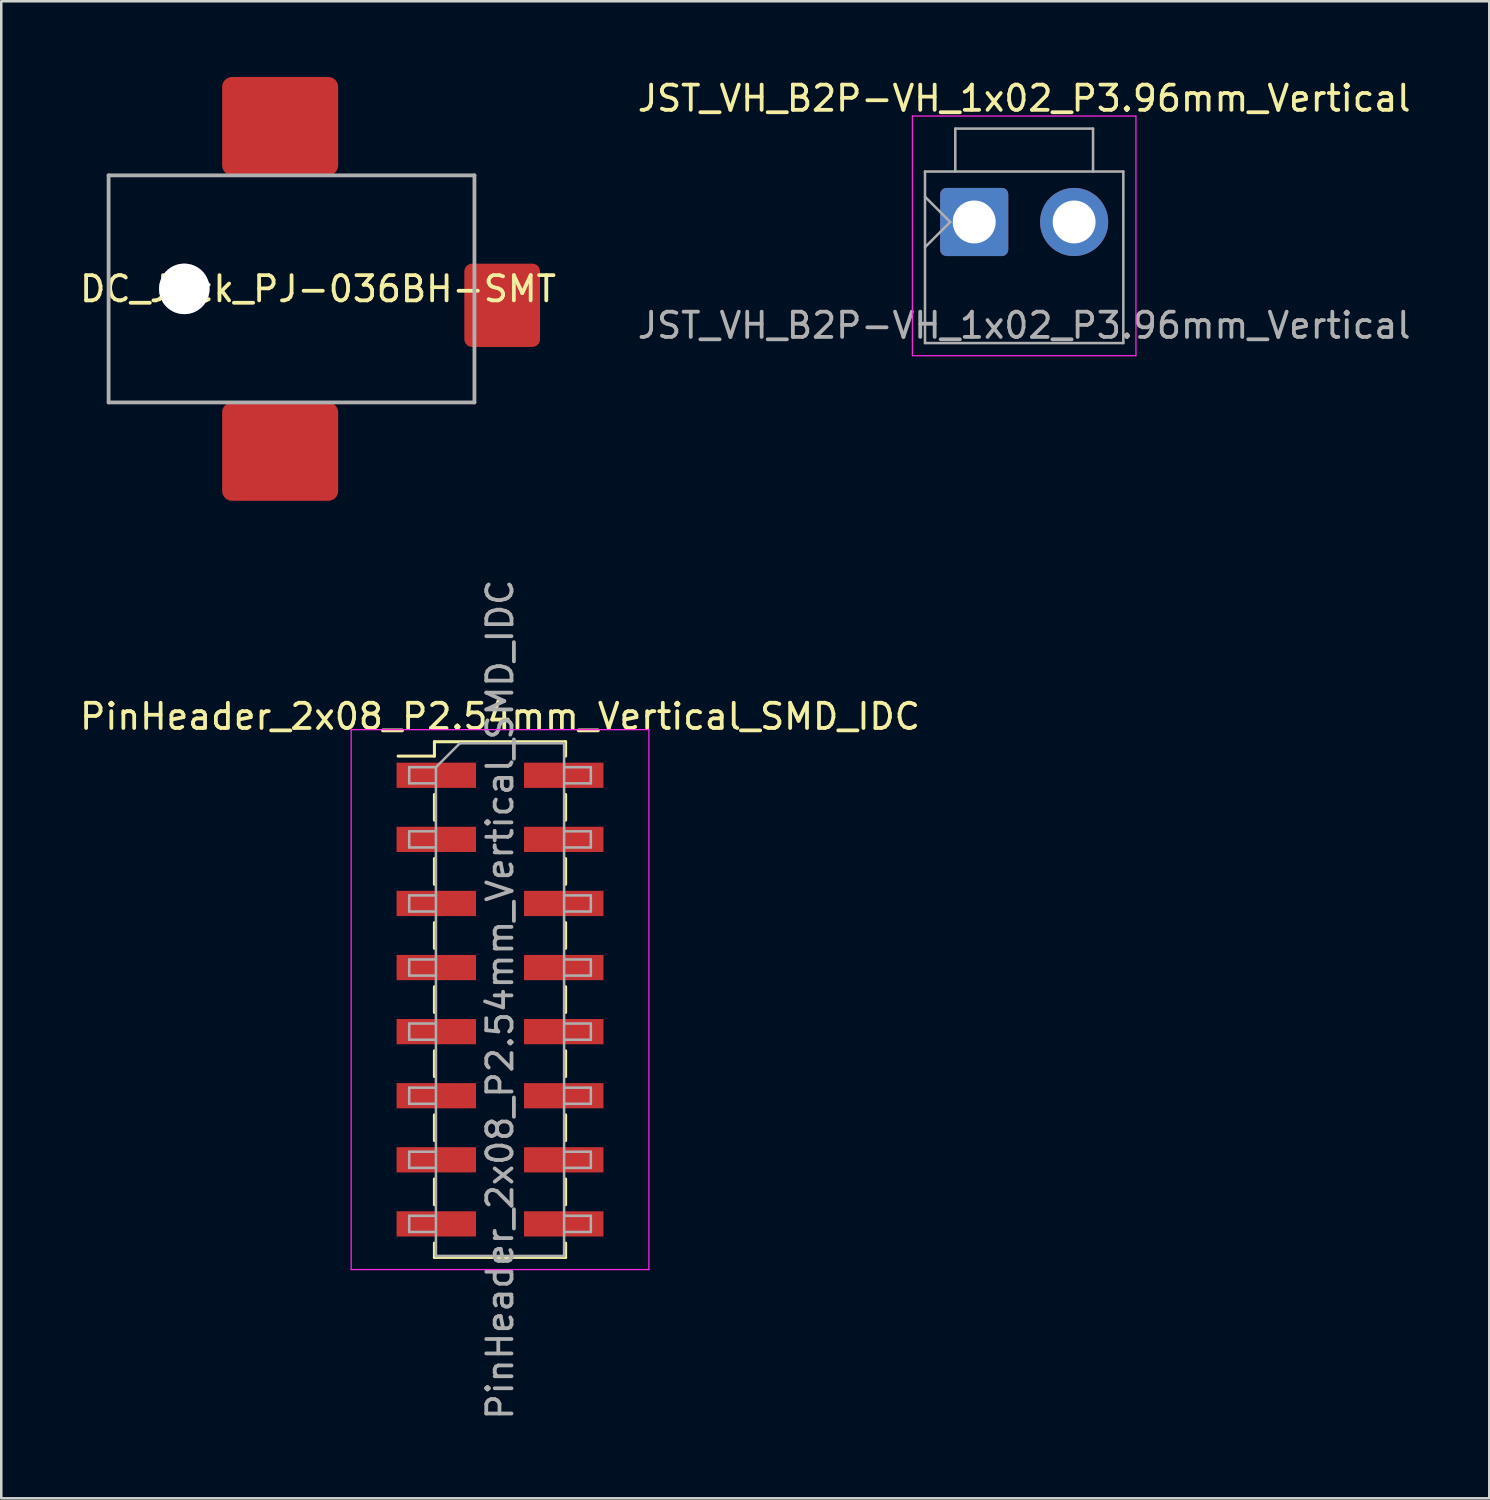
<source format=kicad_pcb>
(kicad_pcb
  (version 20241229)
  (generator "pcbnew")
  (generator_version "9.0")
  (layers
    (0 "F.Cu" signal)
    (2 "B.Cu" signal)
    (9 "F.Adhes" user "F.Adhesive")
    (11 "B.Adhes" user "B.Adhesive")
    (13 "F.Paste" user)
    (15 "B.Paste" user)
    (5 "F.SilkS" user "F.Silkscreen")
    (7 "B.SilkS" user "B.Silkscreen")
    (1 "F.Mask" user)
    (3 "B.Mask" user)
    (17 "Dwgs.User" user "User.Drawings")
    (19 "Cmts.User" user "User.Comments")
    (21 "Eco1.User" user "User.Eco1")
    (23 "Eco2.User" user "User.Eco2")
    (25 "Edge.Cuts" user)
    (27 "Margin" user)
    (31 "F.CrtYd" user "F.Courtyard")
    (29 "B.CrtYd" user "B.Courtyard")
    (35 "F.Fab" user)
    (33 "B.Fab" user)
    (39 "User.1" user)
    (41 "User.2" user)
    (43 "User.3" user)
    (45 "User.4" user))
  (footprint "PinHeader_2x08_P2.54mm_Vertical_SMD_IDC"
    (layer "F.Cu")
    (at 16.768 36.568)
    (property "Reference" "PinHeader_2x08_P2.54mm_Vertical_SMD_IDC" (at 0 -11.22 0) (layer "F.SilkS") (effects (font (size 1 1) (thickness 0.15))))
    (attr smd)
    (fp_line (start -4.04 -9.65) (end -2.6 -9.65) (stroke (width 0.12) (type solid)) (layer "F.SilkS"))
    (fp_line (start -2.6 -10.22) (end -2.6 -9.65) (stroke (width 0.12) (type solid)) (layer "F.SilkS"))
    (fp_line (start -2.6 -10.22) (end 2.6 -10.22) (stroke (width 0.12) (type solid)) (layer "F.SilkS"))
    (fp_line (start -2.6 -8.13) (end -2.6 -7.11) (stroke (width 0.12) (type solid)) (layer "F.SilkS"))
    (fp_line (start -2.6 -5.59) (end -2.6 -4.57) (stroke (width 0.12) (type solid)) (layer "F.SilkS"))
    (fp_line (start -2.6 -3.05) (end -2.6 -2.03) (stroke (width 0.12) (type solid)) (layer "F.SilkS"))
    (fp_line (start -2.6 -0.51) (end -2.6 0.51) (stroke (width 0.12) (type solid)) (layer "F.SilkS"))
    (fp_line (start -2.6 2.03) (end -2.6 3.05) (stroke (width 0.12) (type solid)) (layer "F.SilkS"))
    (fp_line (start -2.6 4.57) (end -2.6 5.59) (stroke (width 0.12) (type solid)) (layer "F.SilkS"))
    (fp_line (start -2.6 7.11) (end -2.6 8.13) (stroke (width 0.12) (type solid)) (layer "F.SilkS"))
    (fp_line (start -2.6 9.65) (end -2.6 10.22) (stroke (width 0.12) (type solid)) (layer "F.SilkS"))
    (fp_line (start -2.6 10.22) (end 2.6 10.22) (stroke (width 0.12) (type solid)) (layer "F.SilkS"))
    (fp_line (start 2.6 -10.22) (end 2.6 -9.65) (stroke (width 0.12) (type solid)) (layer "F.SilkS"))
    (fp_line (start 2.6 -8.13) (end 2.6 -7.11) (stroke (width 0.12) (type solid)) (layer "F.SilkS"))
    (fp_line (start 2.6 -5.59) (end 2.6 -4.57) (stroke (width 0.12) (type solid)) (layer "F.SilkS"))
    (fp_line (start 2.6 -3.05) (end 2.6 -2.03) (stroke (width 0.12) (type solid)) (layer "F.SilkS"))
    (fp_line (start 2.6 -0.51) (end 2.6 0.51) (stroke (width 0.12) (type solid)) (layer "F.SilkS"))
    (fp_line (start 2.6 2.03) (end 2.6 3.05) (stroke (width 0.12) (type solid)) (layer "F.SilkS"))
    (fp_line (start 2.6 4.57) (end 2.6 5.59) (stroke (width 0.12) (type solid)) (layer "F.SilkS"))
    (fp_line (start 2.6 7.11) (end 2.6 8.13) (stroke (width 0.12) (type solid)) (layer "F.SilkS"))
    (fp_line (start 2.6 9.65) (end 2.6 10.22) (stroke (width 0.12) (type solid)) (layer "F.SilkS"))
    (fp_line (start -5.9 -10.7) (end -5.9 10.7) (stroke (width 0.05) (type solid)) (layer "F.CrtYd"))
    (fp_line (start -5.9 10.7) (end 5.9 10.7) (stroke (width 0.05) (type solid)) (layer "F.CrtYd"))
    (fp_line (start 5.9 -10.7) (end -5.9 -10.7) (stroke (width 0.05) (type solid)) (layer "F.CrtYd"))
    (fp_line (start 5.9 10.7) (end 5.9 -10.7) (stroke (width 0.05) (type solid)) (layer "F.CrtYd"))
    (fp_line (start -3.6 -9.21) (end -3.6 -8.57) (stroke (width 0.1) (type solid)) (layer "F.Fab"))
    (fp_line (start -3.6 -8.57) (end -2.54 -8.57) (stroke (width 0.1) (type solid)) (layer "F.Fab"))
    (fp_line (start -3.6 -6.67) (end -3.6 -6.03) (stroke (width 0.1) (type solid)) (layer "F.Fab"))
    (fp_line (start -3.6 -6.03) (end -2.54 -6.03) (stroke (width 0.1) (type solid)) (layer "F.Fab"))
    (fp_line (start -3.6 -4.13) (end -3.6 -3.49) (stroke (width 0.1) (type solid)) (layer "F.Fab"))
    (fp_line (start -3.6 -3.49) (end -2.54 -3.49) (stroke (width 0.1) (type solid)) (layer "F.Fab"))
    (fp_line (start -3.6 -1.59) (end -3.6 -0.95) (stroke (width 0.1) (type solid)) (layer "F.Fab"))
    (fp_line (start -3.6 -0.95) (end -2.54 -0.95) (stroke (width 0.1) (type solid)) (layer "F.Fab"))
    (fp_line (start -3.6 0.95) (end -3.6 1.59) (stroke (width 0.1) (type solid)) (layer "F.Fab"))
    (fp_line (start -3.6 1.59) (end -2.54 1.59) (stroke (width 0.1) (type solid)) (layer "F.Fab"))
    (fp_line (start -3.6 3.49) (end -3.6 4.13) (stroke (width 0.1) (type solid)) (layer "F.Fab"))
    (fp_line (start -3.6 4.13) (end -2.54 4.13) (stroke (width 0.1) (type solid)) (layer "F.Fab"))
    (fp_line (start -3.6 6.03) (end -3.6 6.67) (stroke (width 0.1) (type solid)) (layer "F.Fab"))
    (fp_line (start -3.6 6.67) (end -2.54 6.67) (stroke (width 0.1) (type solid)) (layer "F.Fab"))
    (fp_line (start -3.6 8.57) (end -3.6 9.21) (stroke (width 0.1) (type solid)) (layer "F.Fab"))
    (fp_line (start -3.6 9.21) (end -2.54 9.21) (stroke (width 0.1) (type solid)) (layer "F.Fab"))
    (fp_line (start -2.54 -9.21) (end -3.6 -9.21) (stroke (width 0.1) (type solid)) (layer "F.Fab"))
    (fp_line (start -2.54 -9.21) (end -1.59 -10.16) (stroke (width 0.1) (type solid)) (layer "F.Fab"))
    (fp_line (start -2.54 -6.67) (end -3.6 -6.67) (stroke (width 0.1) (type solid)) (layer "F.Fab"))
    (fp_line (start -2.54 -4.13) (end -3.6 -4.13) (stroke (width 0.1) (type solid)) (layer "F.Fab"))
    (fp_line (start -2.54 -1.59) (end -3.6 -1.59) (stroke (width 0.1) (type solid)) (layer "F.Fab"))
    (fp_line (start -2.54 0.95) (end -3.6 0.95) (stroke (width 0.1) (type solid)) (layer "F.Fab"))
    (fp_line (start -2.54 3.49) (end -3.6 3.49) (stroke (width 0.1) (type solid)) (layer "F.Fab"))
    (fp_line (start -2.54 6.03) (end -3.6 6.03) (stroke (width 0.1) (type solid)) (layer "F.Fab"))
    (fp_line (start -2.54 8.57) (end -3.6 8.57) (stroke (width 0.1) (type solid)) (layer "F.Fab"))
    (fp_line (start -2.54 10.16) (end -2.54 -9.21) (stroke (width 0.1) (type solid)) (layer "F.Fab"))
    (fp_line (start -1.59 -10.16) (end 2.54 -10.16) (stroke (width 0.1) (type solid)) (layer "F.Fab"))
    (fp_line (start 2.54 -10.16) (end 2.54 10.16) (stroke (width 0.1) (type solid)) (layer "F.Fab"))
    (fp_line (start 2.54 -9.21) (end 3.6 -9.21) (stroke (width 0.1) (type solid)) (layer "F.Fab"))
    (fp_line (start 2.54 -6.67) (end 3.6 -6.67) (stroke (width 0.1) (type solid)) (layer "F.Fab"))
    (fp_line (start 2.54 -4.13) (end 3.6 -4.13) (stroke (width 0.1) (type solid)) (layer "F.Fab"))
    (fp_line (start 2.54 -1.59) (end 3.6 -1.59) (stroke (width 0.1) (type solid)) (layer "F.Fab"))
    (fp_line (start 2.54 0.95) (end 3.6 0.95) (stroke (width 0.1) (type solid)) (layer "F.Fab"))
    (fp_line (start 2.54 3.49) (end 3.6 3.49) (stroke (width 0.1) (type solid)) (layer "F.Fab"))
    (fp_line (start 2.54 6.03) (end 3.6 6.03) (stroke (width 0.1) (type solid)) (layer "F.Fab"))
    (fp_line (start 2.54 8.57) (end 3.6 8.57) (stroke (width 0.1) (type solid)) (layer "F.Fab"))
    (fp_line (start 2.54 10.16) (end -2.54 10.16) (stroke (width 0.1) (type solid)) (layer "F.Fab"))
    (fp_line (start 3.6 -9.21) (end 3.6 -8.57) (stroke (width 0.1) (type solid)) (layer "F.Fab"))
    (fp_line (start 3.6 -8.57) (end 2.54 -8.57) (stroke (width 0.1) (type solid)) (layer "F.Fab"))
    (fp_line (start 3.6 -6.67) (end 3.6 -6.03) (stroke (width 0.1) (type solid)) (layer "F.Fab"))
    (fp_line (start 3.6 -6.03) (end 2.54 -6.03) (stroke (width 0.1) (type solid)) (layer "F.Fab"))
    (fp_line (start 3.6 -4.13) (end 3.6 -3.49) (stroke (width 0.1) (type solid)) (layer "F.Fab"))
    (fp_line (start 3.6 -3.49) (end 2.54 -3.49) (stroke (width 0.1) (type solid)) (layer "F.Fab"))
    (fp_line (start 3.6 -1.59) (end 3.6 -0.95) (stroke (width 0.1) (type solid)) (layer "F.Fab"))
    (fp_line (start 3.6 -0.95) (end 2.54 -0.95) (stroke (width 0.1) (type solid)) (layer "F.Fab"))
    (fp_line (start 3.6 0.95) (end 3.6 1.59) (stroke (width 0.1) (type solid)) (layer "F.Fab"))
    (fp_line (start 3.6 1.59) (end 2.54 1.59) (stroke (width 0.1) (type solid)) (layer "F.Fab"))
    (fp_line (start 3.6 3.49) (end 3.6 4.13) (stroke (width 0.1) (type solid)) (layer "F.Fab"))
    (fp_line (start 3.6 4.13) (end 2.54 4.13) (stroke (width 0.1) (type solid)) (layer "F.Fab"))
    (fp_line (start 3.6 6.03) (end 3.6 6.67) (stroke (width 0.1) (type solid)) (layer "F.Fab"))
    (fp_line (start 3.6 6.67) (end 2.54 6.67) (stroke (width 0.1) (type solid)) (layer "F.Fab"))
    (fp_line (start 3.6 8.57) (end 3.6 9.21) (stroke (width 0.1) (type solid)) (layer "F.Fab"))
    (fp_line (start 3.6 9.21) (end 2.54 9.21) (stroke (width 0.1) (type solid)) (layer "F.Fab"))
    (fp_text user "${REFERENCE}" (at 0 0 90) (layer "F.Fab") (effects (font (size 1 1) (thickness 0.15))))
    (pad "1" smd rect (at -2.525 -8.89) (size 3.15 1) (layers "F.Cu" "F.Mask" "F.Paste"))
    (pad "2" smd rect (at 2.525 -8.89) (size 3.15 1) (layers "F.Cu" "F.Mask" "F.Paste"))
    (pad "3" smd rect (at -2.525 -6.35) (size 3.15 1) (layers "F.Cu" "F.Mask" "F.Paste"))
    (pad "4" smd rect (at 2.525 -6.35) (size 3.15 1) (layers "F.Cu" "F.Mask" "F.Paste"))
    (pad "5" smd rect (at -2.525 -3.81) (size 3.15 1) (layers "F.Cu" "F.Mask" "F.Paste"))
    (pad "6" smd rect (at 2.525 -3.81) (size 3.15 1) (layers "F.Cu" "F.Mask" "F.Paste"))
    (pad "7" smd rect (at -2.525 -1.27) (size 3.15 1) (layers "F.Cu" "F.Mask" "F.Paste"))
    (pad "8" smd rect (at 2.525 -1.27) (size 3.15 1) (layers "F.Cu" "F.Mask" "F.Paste"))
    (pad "9" smd rect (at -2.525 1.27) (size 3.15 1) (layers "F.Cu" "F.Mask" "F.Paste"))
    (pad "10" smd rect (at 2.525 1.27) (size 3.15 1) (layers "F.Cu" "F.Mask" "F.Paste"))
    (pad "11" smd rect (at -2.525 3.81) (size 3.15 1) (layers "F.Cu" "F.Mask" "F.Paste"))
    (pad "12" smd rect (at 2.525 3.81) (size 3.15 1) (layers "F.Cu" "F.Mask" "F.Paste"))
    (pad "13" smd rect (at -2.525 6.35) (size 3.15 1) (layers "F.Cu" "F.Mask" "F.Paste"))
    (pad "14" smd rect (at 2.525 6.35) (size 3.15 1) (layers "F.Cu" "F.Mask" "F.Paste"))
    (pad "15" smd rect (at -2.525 8.89) (size 3.15 1) (layers "F.Cu" "F.Mask" "F.Paste"))
    (pad "16" smd rect (at 2.525 8.89) (size 3.15 1) (layers "F.Cu" "F.Mask" "F.Paste")))
  (footprint "JST_VH_B2P-VH_1x02_P3.96mm_Vertical"
    (layer "F.Cu")
    (at 35.562 5.748)
    (property "Reference" "JST_VH_B2P-VH_1x02_P3.96mm_Vertical" (at 1.98 -4.9 0) (layer "F.SilkS") (effects (font (size 1 1) (thickness 0.15))))
    (attr through_hole)
    (fp_line (start -2.45 -4.2) (end -2.45 5.3) (stroke (width 0.05) (type solid)) (layer "F.CrtYd"))
    (fp_line (start -2.45 5.3) (end 6.41 5.3) (stroke (width 0.05) (type solid)) (layer "F.CrtYd"))
    (fp_line (start 6.41 -4.2) (end -2.45 -4.2) (stroke (width 0.05) (type solid)) (layer "F.CrtYd"))
    (fp_line (start 6.41 5.3) (end 6.41 -4.2) (stroke (width 0.05) (type solid)) (layer "F.CrtYd"))
    (fp_line (start -1.95 -2) (end -1.95 4.8) (stroke (width 0.1) (type solid)) (layer "F.Fab"))
    (fp_line (start -1.95 -1) (end -0.95 0) (stroke (width 0.1) (type solid)) (layer "F.Fab"))
    (fp_line (start -1.95 1) (end -0.95 0) (stroke (width 0.1) (type solid)) (layer "F.Fab"))
    (fp_line (start -1.95 4.8) (end 5.91 4.8) (stroke (width 0.1) (type solid)) (layer "F.Fab"))
    (fp_line (start -0.75 -3.7) (end 4.71 -3.7) (stroke (width 0.1) (type solid)) (layer "F.Fab"))
    (fp_line (start -0.75 -2) (end -0.75 -3.7) (stroke (width 0.1) (type solid)) (layer "F.Fab"))
    (fp_line (start 4.71 -3.7) (end 4.71 -2) (stroke (width 0.1) (type solid)) (layer "F.Fab"))
    (fp_line (start 5.91 -2) (end -1.95 -2) (stroke (width 0.1) (type solid)) (layer "F.Fab"))
    (fp_line (start 5.91 4.8) (end 5.91 -2) (stroke (width 0.1) (type solid)) (layer "F.Fab"))
    (fp_text user "${REFERENCE}" (at 1.98 4.1 0) (layer "F.Fab") (effects (font (size 1 1) (thickness 0.15))))
    (pad "1" thru_hole roundrect (at 0 0) (size 2.7 2.7) (drill 1.7) (layers "*.Cu" "*.Mask") (roundrect_rratio 0.093))
    (pad "2" thru_hole circle (at 3.96 0) (size 2.7 2.7) (drill 1.7) (layers "*.Cu" "*.Mask")))
  (footprint "DC_Jack_PJ-036BH-SMT"
    (layer "F.Cu")
    (at 1.254 8.4)
    (property "Reference" "DC_Jack_PJ-036BH-SMT" (at 8.3 0 0) (layer "F.SilkS") (effects (font (size 1 1) (thickness 0.15))))
    (attr through_hole)
    (fp_line (start 0 -4.5) (end 14.5 -4.5) (stroke (width 0.15) (type solid)) (layer "F.Fab"))
    (fp_line (start 0 4.5) (end 0 -4.5) (stroke (width 0.15) (type solid)) (layer "F.Fab"))
    (fp_line (start 14.5 -4.5) (end 14.5 4.5) (stroke (width 0.15) (type solid)) (layer "F.Fab"))
    (fp_line (start 14.5 4.5) (end 0 4.5) (stroke (width 0.15) (type solid)) (layer "F.Fab"))
    (pad "1" smd roundrect (at 15.6 0.65) (size 3 3.3) (layers "F.Cu" "F.Mask" "F.Paste") (roundrect_rratio 0.1))
    (pad "2" smd roundrect (at 6.8 -6.45) (size 4.6 3.9) (layers "F.Cu" "F.Mask" "F.Paste") (roundrect_rratio 0.1))
    (pad "3" smd roundrect (at 6.8 6.45) (size 4.6 3.9) (layers "F.Cu" "F.Mask" "F.Paste") (roundrect_rratio 0.1))
    (pad "~" thru_hole circle (at 3 0) (size 2 2) (drill 2) (layers "*.Cu" "*.Mask")))
  (gr_rect
    (start -3 -3)
    (end 55.976 56.336)
    (stroke (width 0.1) (type default))
    (fill no)
    (layer "Edge.Cuts")))
</source>
